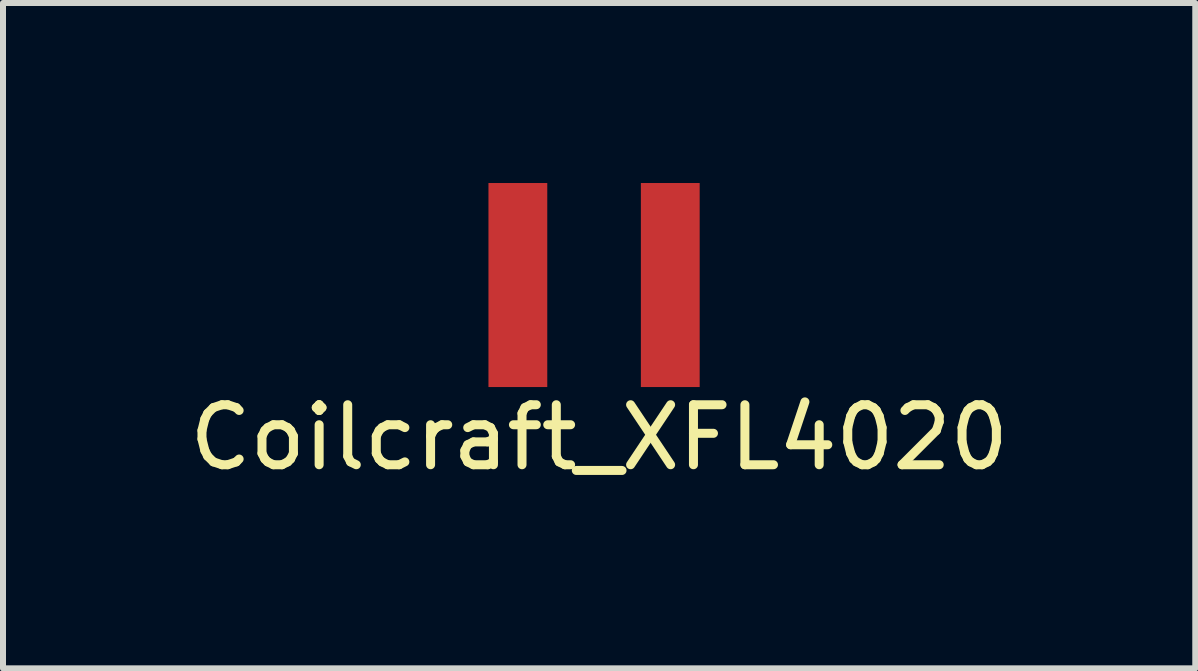
<source format=kicad_pcb>
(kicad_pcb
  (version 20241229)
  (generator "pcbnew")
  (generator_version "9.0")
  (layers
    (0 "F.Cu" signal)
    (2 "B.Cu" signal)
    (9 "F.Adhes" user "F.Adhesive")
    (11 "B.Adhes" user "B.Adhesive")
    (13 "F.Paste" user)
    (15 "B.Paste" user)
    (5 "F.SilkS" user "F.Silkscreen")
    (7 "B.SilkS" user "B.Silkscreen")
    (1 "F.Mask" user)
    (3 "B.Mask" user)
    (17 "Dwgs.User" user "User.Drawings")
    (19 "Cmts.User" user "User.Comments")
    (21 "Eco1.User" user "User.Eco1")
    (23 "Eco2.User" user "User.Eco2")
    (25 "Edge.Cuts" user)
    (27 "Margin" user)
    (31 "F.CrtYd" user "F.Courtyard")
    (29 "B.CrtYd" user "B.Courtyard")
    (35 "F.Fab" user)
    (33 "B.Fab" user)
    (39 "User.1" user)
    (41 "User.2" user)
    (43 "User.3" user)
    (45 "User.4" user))
  (footprint "Coilcraft_XFL4020"
    (layer "F.Cu")
    (at 6.935 1.7)
    (property "Reference" "Coilcraft_XFL4020" (at 0 2.54 0) (layer "F.SilkS") (effects (font (size 1 1) (thickness 0.15))))
    (attr through_hole)
    (pad "1" smd rect (at -1.355 0) (size 0.98 3.4) (layers "F.Cu" "F.Mask" "F.Paste"))
    (pad "2" smd rect (at 1.185 0) (size 0.98 3.4) (layers "F.Cu" "F.Mask" "F.Paste")))
  (gr_rect
    (start -3 -3)
    (end 16.869 8.088)
    (stroke (width 0.1) (type default))
    (fill no)
    (layer "Edge.Cuts")))
</source>
